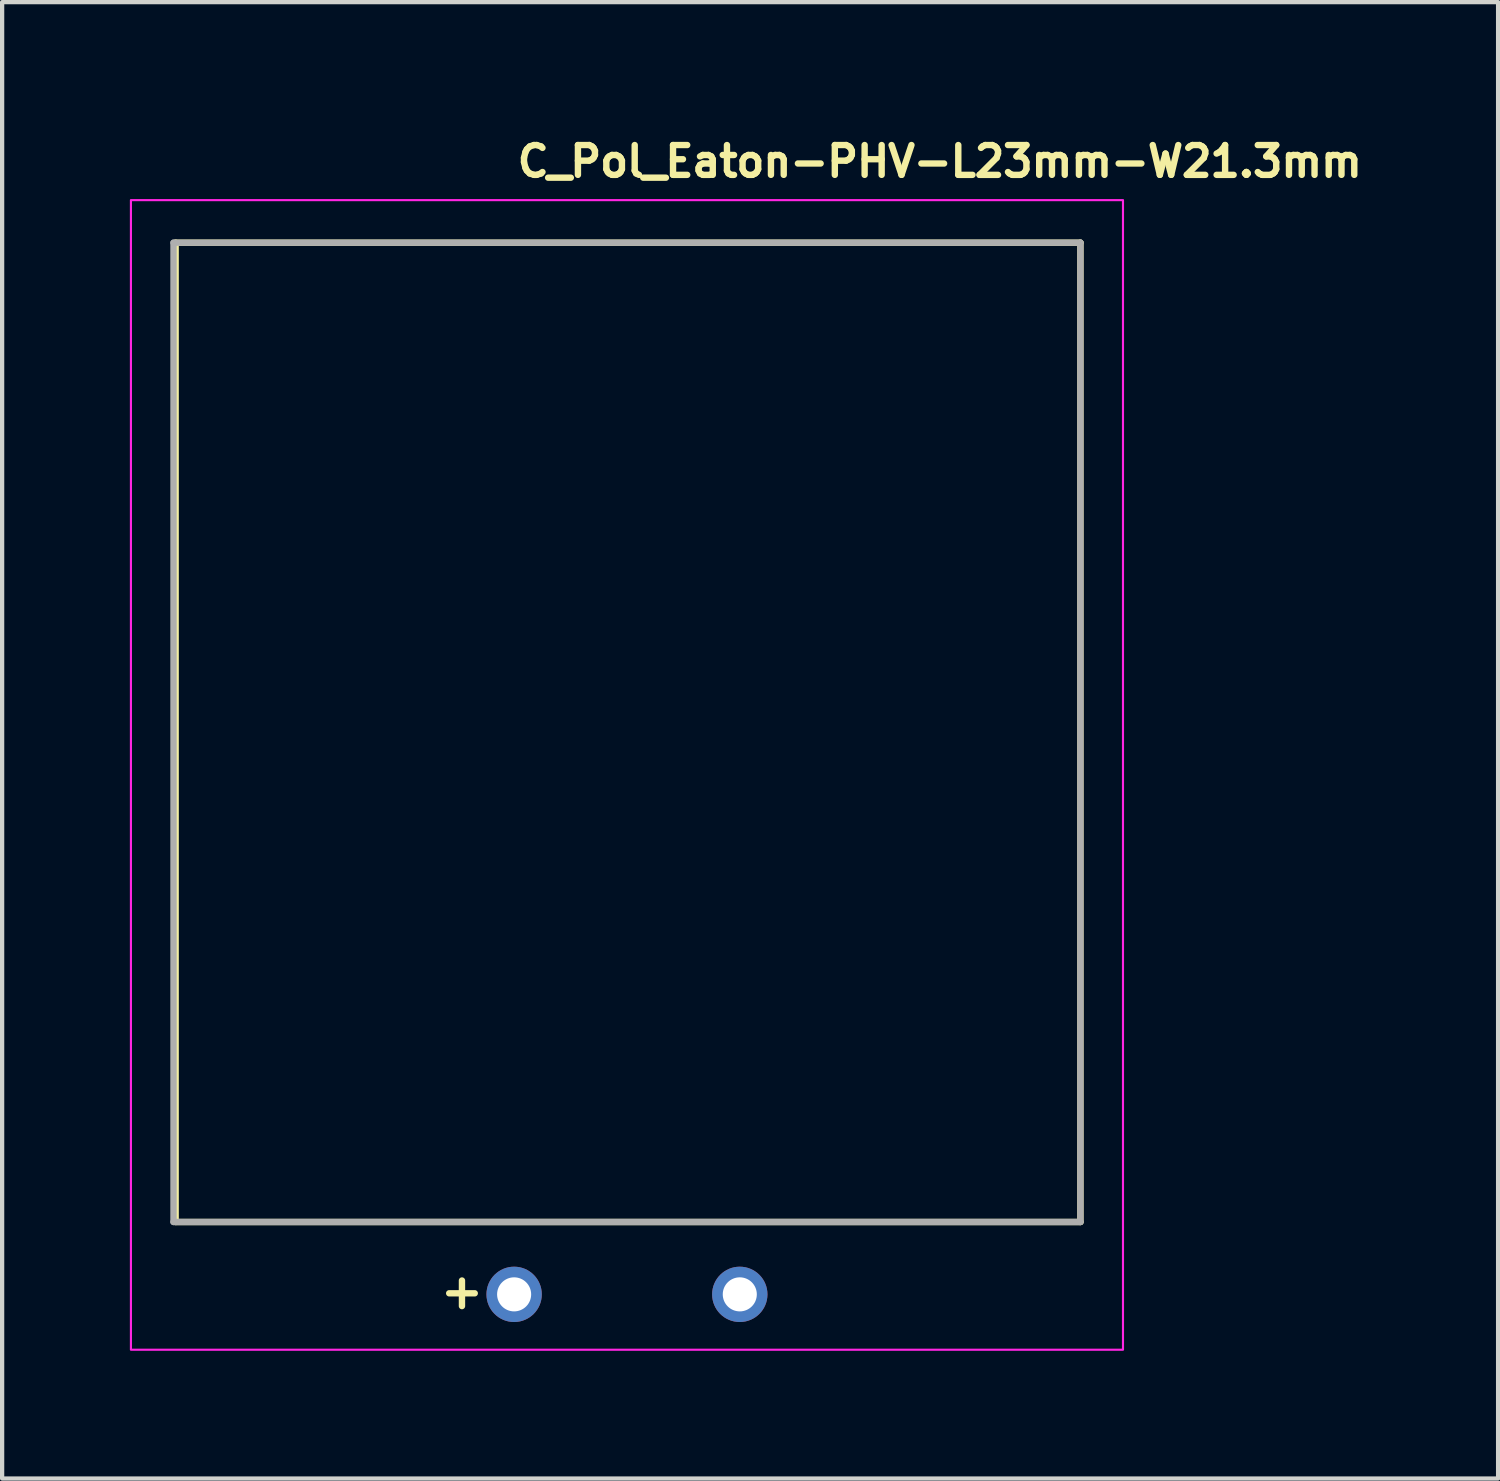
<source format=kicad_pcb>
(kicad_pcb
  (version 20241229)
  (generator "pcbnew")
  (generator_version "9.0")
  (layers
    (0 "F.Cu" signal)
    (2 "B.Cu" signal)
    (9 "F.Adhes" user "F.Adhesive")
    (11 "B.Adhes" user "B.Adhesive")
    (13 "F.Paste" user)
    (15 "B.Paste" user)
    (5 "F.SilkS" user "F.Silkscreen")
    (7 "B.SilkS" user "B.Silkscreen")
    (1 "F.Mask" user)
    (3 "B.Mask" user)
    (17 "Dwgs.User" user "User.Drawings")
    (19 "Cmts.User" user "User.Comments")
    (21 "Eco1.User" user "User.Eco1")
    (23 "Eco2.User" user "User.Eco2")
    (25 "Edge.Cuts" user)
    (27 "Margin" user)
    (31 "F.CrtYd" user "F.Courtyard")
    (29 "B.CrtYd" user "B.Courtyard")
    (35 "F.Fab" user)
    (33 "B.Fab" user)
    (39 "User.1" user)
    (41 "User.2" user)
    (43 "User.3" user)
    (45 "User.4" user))
  (footprint "C_Pol_Eaton-PHV-L23mm-W21.3mm"
    (layer "F.Cu")
    (at 9.025 27.35)
    (property "Reference" "C_Pol_Eaton-PHV-L23mm-W21.3mm" (at 0 -26.2 0) (layer "F.SilkS") (effects (font (size 0.7 0.7) (thickness 0.15)) (justify left bottom)))
    (attr through_hole)
    (fp_line (start -7.95 -24.7) (end 13.3 -24.7) (stroke (width 0.15) (type solid)) (layer "F.SilkS"))
    (fp_line (start -7.95 -1.7) (end -7.95 -24.7) (stroke (width 0.15) (type solid)) (layer "F.SilkS"))
    (fp_line (start -1.225 -0.325) (end -1.225 0.275) (stroke (width 0.15) (type solid)) (layer "F.SilkS"))
    (fp_line (start -0.925 -0.025) (end -1.525 -0.025) (stroke (width 0.15) (type solid)) (layer "F.SilkS"))
    (fp_line (start 13.3 -24.7) (end 13.3 -1.7) (stroke (width 0.15) (type solid)) (layer "F.SilkS"))
    (fp_line (start 13.3 -1.7) (end -7.95 -1.7) (stroke (width 0.15) (type solid)) (layer "F.SilkS"))
    (fp_rect (start -9 -25.7) (end 14.3 1.3) (stroke (width 0.05) (type solid)) (fill no) (layer "F.CrtYd"))
    (fp_line (start -8 -24.7) (end 13.3 -24.7) (stroke (width 0.15) (type solid)) (layer "F.Fab"))
    (fp_line (start -8 -1.7) (end -8 -24.7) (stroke (width 0.15) (type solid)) (layer "F.Fab"))
    (fp_line (start 13.3 -24.7) (end 13.3 -1.7) (stroke (width 0.15) (type solid)) (layer "F.Fab"))
    (fp_line (start 13.3 -1.7) (end -8 -1.7) (stroke (width 0.15) (type solid)) (layer "F.Fab"))
    (fp_rect (start -8 -24.7) (end 13.3 0.3) (stroke (width 0.1) (type solid)) (fill no) (layer "User.5"))
    (fp_line (start -8 -24.7) (end 13.3 -24.7) (stroke (width 0.02) (type solid)) (layer "User.9"))
    (fp_line (start -8 -1.7) (end -8 -24.7) (stroke (width 0.02) (type solid)) (layer "User.9"))
    (fp_line (start -0.299 -0.015) (end -0.299 0) (stroke (width 0.02) (type solid)) (layer "User.9"))
    (fp_line (start -0.299 0) (end -0.299 0) (stroke (width 0.02) (type solid)) (layer "User.9"))
    (fp_line (start -0.299 0) (end -0.299 0.015) (stroke (width 0.02) (type solid)) (layer "User.9"))
    (fp_line (start -0.299 0.015) (end -0.298 0.03) (stroke (width 0.02) (type solid)) (layer "User.9"))
    (fp_line (start -0.298 -0.03) (end -0.299 -0.015) (stroke (width 0.02) (type solid)) (layer "User.9"))
    (fp_line (start -0.298 0.03) (end -0.296 0.045) (stroke (width 0.02) (type solid)) (layer "User.9"))
    (fp_line (start -0.296 -0.045) (end -0.298 -0.03) (stroke (width 0.02) (type solid)) (layer "User.9"))
    (fp_line (start -0.296 0.045) (end -0.293 0.06) (stroke (width 0.02) (type solid)) (layer "User.9"))
    (fp_line (start -0.293 -0.06) (end -0.296 -0.045) (stroke (width 0.02) (type solid)) (layer "User.9"))
    (fp_line (start -0.293 0.06) (end -0.29 0.074) (stroke (width 0.02) (type solid)) (layer "User.9"))
    (fp_line (start -0.29 -0.074) (end -0.293 -0.06) (stroke (width 0.02) (type solid)) (layer "User.9"))
    (fp_line (start -0.29 0.074) (end -0.286 0.089) (stroke (width 0.02) (type solid)) (layer "User.9"))
    (fp_line (start -0.286 -0.089) (end -0.29 -0.074) (stroke (width 0.02) (type solid)) (layer "User.9"))
    (fp_line (start -0.286 0.089) (end -0.281 0.103) (stroke (width 0.02) (type solid)) (layer "User.9"))
    (fp_line (start -0.281 -0.103) (end -0.286 -0.089) (stroke (width 0.02) (type solid)) (layer "User.9"))
    (fp_line (start -0.281 0.103) (end -0.276 0.116) (stroke (width 0.02) (type solid)) (layer "User.9"))
    (fp_line (start -0.276 -0.116) (end -0.281 -0.103) (stroke (width 0.02) (type solid)) (layer "User.9"))
    (fp_line (start -0.276 0.116) (end -0.27 0.13) (stroke (width 0.02) (type solid)) (layer "User.9"))
    (fp_line (start -0.27 -0.13) (end -0.276 -0.116) (stroke (width 0.02) (type solid)) (layer "User.9"))
    (fp_line (start -0.27 0.13) (end -0.262 0.142) (stroke (width 0.02) (type solid)) (layer "User.9"))
    (fp_line (start -0.262 -0.142) (end -0.27 -0.13) (stroke (width 0.02) (type solid)) (layer "User.9"))
    (fp_line (start -0.262 0.142) (end -0.256 0.155) (stroke (width 0.02) (type solid)) (layer "User.9"))
    (fp_line (start -0.256 -0.155) (end -0.262 -0.142) (stroke (width 0.02) (type solid)) (layer "User.9"))
    (fp_line (start -0.256 0.155) (end -0.248 0.167) (stroke (width 0.02) (type solid)) (layer "User.9"))
    (fp_line (start -0.248 -0.167) (end -0.256 -0.155) (stroke (width 0.02) (type solid)) (layer "User.9"))
    (fp_line (start -0.248 0.167) (end -0.24 0.179) (stroke (width 0.02) (type solid)) (layer "User.9"))
    (fp_line (start -0.24 -0.179) (end -0.248 -0.167) (stroke (width 0.02) (type solid)) (layer "User.9"))
    (fp_line (start -0.24 0.179) (end -0.23 0.19) (stroke (width 0.02) (type solid)) (layer "User.9"))
    (fp_line (start -0.23 -0.19) (end -0.24 -0.179) (stroke (width 0.02) (type solid)) (layer "User.9"))
    (fp_line (start -0.23 0.19) (end -0.222 0.201) (stroke (width 0.02) (type solid)) (layer "User.9"))
    (fp_line (start -0.222 -0.201) (end -0.23 -0.19) (stroke (width 0.02) (type solid)) (layer "User.9"))
    (fp_line (start -0.222 0.201) (end -0.212 0.212) (stroke (width 0.02) (type solid)) (layer "User.9"))
    (fp_line (start -0.212 -0.212) (end -0.222 -0.201) (stroke (width 0.02) (type solid)) (layer "User.9"))
    (fp_line (start -0.212 0.212) (end -0.201 0.222) (stroke (width 0.02) (type solid)) (layer "User.9"))
    (fp_line (start -0.201 -0.222) (end -0.212 -0.212) (stroke (width 0.02) (type solid)) (layer "User.9"))
    (fp_line (start -0.201 0.222) (end -0.19 0.231) (stroke (width 0.02) (type solid)) (layer "User.9"))
    (fp_line (start -0.19 -0.231) (end -0.201 -0.222) (stroke (width 0.02) (type solid)) (layer "User.9"))
    (fp_line (start -0.19 0.231) (end -0.179 0.24) (stroke (width 0.02) (type solid)) (layer "User.9"))
    (fp_line (start -0.179 -0.24) (end -0.19 -0.231) (stroke (width 0.02) (type solid)) (layer "User.9"))
    (fp_line (start -0.179 0.24) (end -0.167 0.248) (stroke (width 0.02) (type solid)) (layer "User.9"))
    (fp_line (start -0.167 -0.248) (end -0.179 -0.24) (stroke (width 0.02) (type solid)) (layer "User.9"))
    (fp_line (start -0.167 0.248) (end -0.155 0.256) (stroke (width 0.02) (type solid)) (layer "User.9"))
    (fp_line (start -0.155 -0.256) (end -0.167 -0.248) (stroke (width 0.02) (type solid)) (layer "User.9"))
    (fp_line (start -0.155 0.256) (end -0.142 0.263) (stroke (width 0.02) (type solid)) (layer "User.9"))
    (fp_line (start -0.142 -0.263) (end -0.155 -0.256) (stroke (width 0.02) (type solid)) (layer "User.9"))
    (fp_line (start -0.142 0.263) (end -0.129 0.27) (stroke (width 0.02) (type solid)) (layer "User.9"))
    (fp_line (start -0.129 -0.27) (end -0.142 -0.263) (stroke (width 0.02) (type solid)) (layer "User.9"))
    (fp_line (start -0.129 0.27) (end -0.116 0.276) (stroke (width 0.02) (type solid)) (layer "User.9"))
    (fp_line (start -0.116 -0.276) (end -0.129 -0.27) (stroke (width 0.02) (type solid)) (layer "User.9"))
    (fp_line (start -0.116 0.276) (end -0.103 0.281) (stroke (width 0.02) (type solid)) (layer "User.9"))
    (fp_line (start -0.103 -0.281) (end -0.116 -0.276) (stroke (width 0.02) (type solid)) (layer "User.9"))
    (fp_line (start -0.103 0.281) (end -0.089 0.286) (stroke (width 0.02) (type solid)) (layer "User.9"))
    (fp_line (start -0.089 -0.286) (end -0.103 -0.281) (stroke (width 0.02) (type solid)) (layer "User.9"))
    (fp_line (start -0.089 0.286) (end -0.074 0.29) (stroke (width 0.02) (type solid)) (layer "User.9"))
    (fp_line (start -0.074 -0.29) (end -0.089 -0.286) (stroke (width 0.02) (type solid)) (layer "User.9"))
    (fp_line (start -0.074 0.29) (end -0.06 0.293) (stroke (width 0.02) (type solid)) (layer "User.9"))
    (fp_line (start -0.06 -0.293) (end -0.074 -0.29) (stroke (width 0.02) (type solid)) (layer "User.9"))
    (fp_line (start -0.06 0.293) (end -0.044 0.296) (stroke (width 0.02) (type solid)) (layer "User.9"))
    (fp_line (start -0.044 -0.296) (end -0.06 -0.293) (stroke (width 0.02) (type solid)) (layer "User.9"))
    (fp_line (start -0.044 0.296) (end -0.03 0.298) (stroke (width 0.02) (type solid)) (layer "User.9"))
    (fp_line (start -0.03 -0.298) (end -0.044 -0.296) (stroke (width 0.02) (type solid)) (layer "User.9"))
    (fp_line (start -0.03 0.298) (end -0.015 0.299) (stroke (width 0.02) (type solid)) (layer "User.9"))
    (fp_line (start -0.015 -0.299) (end -0.03 -0.298) (stroke (width 0.02) (type solid)) (layer "User.9"))
    (fp_line (start -0.015 0.299) (end 0 0.3) (stroke (width 0.02) (type solid)) (layer "User.9"))
    (fp_line (start 0 -0.3) (end -0.015 -0.299) (stroke (width 0.02) (type solid)) (layer "User.9"))
    (fp_line (start 0 -0.3) (end 0 -0.3) (stroke (width 0.02) (type solid)) (layer "User.9"))
    (fp_line (start 0 0.3) (end 0 0.3) (stroke (width 0.02) (type solid)) (layer "User.9"))
    (fp_line (start 0 0.3) (end 0.016 0.299) (stroke (width 0.02) (type solid)) (layer "User.9"))
    (fp_line (start 0.016 -0.299) (end 0 -0.3) (stroke (width 0.02) (type solid)) (layer "User.9"))
    (fp_line (start 0.016 0.299) (end 0.03 0.298) (stroke (width 0.02) (type solid)) (layer "User.9"))
    (fp_line (start 0.03 -0.298) (end 0.016 -0.299) (stroke (width 0.02) (type solid)) (layer "User.9"))
    (fp_line (start 0.03 0.298) (end 0.045 0.296) (stroke (width 0.02) (type solid)) (layer "User.9"))
    (fp_line (start 0.045 -0.296) (end 0.03 -0.298) (stroke (width 0.02) (type solid)) (layer "User.9"))
    (fp_line (start 0.045 0.296) (end 0.06 0.293) (stroke (width 0.02) (type solid)) (layer "User.9"))
    (fp_line (start 0.06 -0.293) (end 0.045 -0.296) (stroke (width 0.02) (type solid)) (layer "User.9"))
    (fp_line (start 0.06 0.293) (end 0.074 0.29) (stroke (width 0.02) (type solid)) (layer "User.9"))
    (fp_line (start 0.074 -0.29) (end 0.06 -0.293) (stroke (width 0.02) (type solid)) (layer "User.9"))
    (fp_line (start 0.074 0.29) (end 0.089 0.286) (stroke (width 0.02) (type solid)) (layer "User.9"))
    (fp_line (start 0.089 -0.286) (end 0.074 -0.29) (stroke (width 0.02) (type solid)) (layer "User.9"))
    (fp_line (start 0.089 0.286) (end 0.104 0.281) (stroke (width 0.02) (type solid)) (layer "User.9"))
    (fp_line (start 0.104 -0.281) (end 0.089 -0.286) (stroke (width 0.02) (type solid)) (layer "User.9"))
    (fp_line (start 0.104 0.281) (end 0.116 0.276) (stroke (width 0.02) (type solid)) (layer "User.9"))
    (fp_line (start 0.116 -0.276) (end 0.104 -0.281) (stroke (width 0.02) (type solid)) (layer "User.9"))
    (fp_line (start 0.116 0.276) (end 0.13 0.27) (stroke (width 0.02) (type solid)) (layer "User.9"))
    (fp_line (start 0.13 -0.27) (end 0.116 -0.276) (stroke (width 0.02) (type solid)) (layer "User.9"))
    (fp_line (start 0.13 0.27) (end 0.142 0.263) (stroke (width 0.02) (type solid)) (layer "User.9"))
    (fp_line (start 0.142 -0.263) (end 0.13 -0.27) (stroke (width 0.02) (type solid)) (layer "User.9"))
    (fp_line (start 0.142 0.263) (end 0.155 0.256) (stroke (width 0.02) (type solid)) (layer "User.9"))
    (fp_line (start 0.155 -0.256) (end 0.142 -0.263) (stroke (width 0.02) (type solid)) (layer "User.9"))
    (fp_line (start 0.155 0.256) (end 0.168 0.248) (stroke (width 0.02) (type solid)) (layer "User.9"))
    (fp_line (start 0.168 -0.248) (end 0.155 -0.256) (stroke (width 0.02) (type solid)) (layer "User.9"))
    (fp_line (start 0.168 0.248) (end 0.179 0.24) (stroke (width 0.02) (type solid)) (layer "User.9"))
    (fp_line (start 0.179 -0.24) (end 0.168 -0.248) (stroke (width 0.02) (type solid)) (layer "User.9"))
    (fp_line (start 0.179 0.24) (end 0.19 0.231) (stroke (width 0.02) (type solid)) (layer "User.9"))
    (fp_line (start 0.19 -0.231) (end 0.179 -0.24) (stroke (width 0.02) (type solid)) (layer "User.9"))
    (fp_line (start 0.19 0.231) (end 0.201 0.222) (stroke (width 0.02) (type solid)) (layer "User.9"))
    (fp_line (start 0.201 -0.222) (end 0.19 -0.231) (stroke (width 0.02) (type solid)) (layer "User.9"))
    (fp_line (start 0.201 0.222) (end 0.213 0.212) (stroke (width 0.02) (type solid)) (layer "User.9"))
    (fp_line (start 0.213 -0.212) (end 0.201 -0.222) (stroke (width 0.02) (type solid)) (layer "User.9"))
    (fp_line (start 0.213 0.212) (end 0.222 0.201) (stroke (width 0.02) (type solid)) (layer "User.9"))
    (fp_line (start 0.222 -0.201) (end 0.213 -0.212) (stroke (width 0.02) (type solid)) (layer "User.9"))
    (fp_line (start 0.222 0.201) (end 0.231 0.19) (stroke (width 0.02) (type solid)) (layer "User.9"))
    (fp_line (start 0.231 -0.19) (end 0.222 -0.201) (stroke (width 0.02) (type solid)) (layer "User.9"))
    (fp_line (start 0.231 0.19) (end 0.24 0.179) (stroke (width 0.02) (type solid)) (layer "User.9"))
    (fp_line (start 0.24 -0.179) (end 0.231 -0.19) (stroke (width 0.02) (type solid)) (layer "User.9"))
    (fp_line (start 0.24 0.179) (end 0.248 0.167) (stroke (width 0.02) (type solid)) (layer "User.9"))
    (fp_line (start 0.248 -0.167) (end 0.24 -0.179) (stroke (width 0.02) (type solid)) (layer "User.9"))
    (fp_line (start 0.248 0.167) (end 0.256 0.155) (stroke (width 0.02) (type solid)) (layer "User.9"))
    (fp_line (start 0.256 -0.155) (end 0.248 -0.167) (stroke (width 0.02) (type solid)) (layer "User.9"))
    (fp_line (start 0.256 0.155) (end 0.263 0.142) (stroke (width 0.02) (type solid)) (layer "User.9"))
    (fp_line (start 0.263 -0.142) (end 0.256 -0.155) (stroke (width 0.02) (type solid)) (layer "User.9"))
    (fp_line (start 0.263 0.142) (end 0.27 0.13) (stroke (width 0.02) (type solid)) (layer "User.9"))
    (fp_line (start 0.27 -0.13) (end 0.263 -0.142) (stroke (width 0.02) (type solid)) (layer "User.9"))
    (fp_line (start 0.27 0.13) (end 0.277 0.116) (stroke (width 0.02) (type solid)) (layer "User.9"))
    (fp_line (start 0.277 -0.116) (end 0.27 -0.13) (stroke (width 0.02) (type solid)) (layer "User.9"))
    (fp_line (start 0.277 0.116) (end 0.282 0.103) (stroke (width 0.02) (type solid)) (layer "User.9"))
    (fp_line (start 0.282 -0.103) (end 0.277 -0.116) (stroke (width 0.02) (type solid)) (layer "User.9"))
    (fp_line (start 0.282 0.103) (end 0.286 0.089) (stroke (width 0.02) (type solid)) (layer "User.9"))
    (fp_line (start 0.286 -0.089) (end 0.282 -0.103) (stroke (width 0.02) (type solid)) (layer "User.9"))
    (fp_line (start 0.286 0.089) (end 0.29 0.074) (stroke (width 0.02) (type solid)) (layer "User.9"))
    (fp_line (start 0.29 -0.074) (end 0.286 -0.089) (stroke (width 0.02) (type solid)) (layer "User.9"))
    (fp_line (start 0.29 0.074) (end 0.293 0.06) (stroke (width 0.02) (type solid)) (layer "User.9"))
    (fp_line (start 0.293 -0.06) (end 0.29 -0.074) (stroke (width 0.02) (type solid)) (layer "User.9"))
    (fp_line (start 0.293 0.06) (end 0.296 0.045) (stroke (width 0.02) (type solid)) (layer "User.9"))
    (fp_line (start 0.296 -0.045) (end 0.293 -0.06) (stroke (width 0.02) (type solid)) (layer "User.9"))
    (fp_line (start 0.296 0.045) (end 0.298 0.03) (stroke (width 0.02) (type solid)) (layer "User.9"))
    (fp_line (start 0.298 -0.03) (end 0.296 -0.045) (stroke (width 0.02) (type solid)) (layer "User.9"))
    (fp_line (start 0.298 0.03) (end 0.299 0.015) (stroke (width 0.02) (type solid)) (layer "User.9"))
    (fp_line (start 0.299 -0.015) (end 0.298 -0.03) (stroke (width 0.02) (type solid)) (layer "User.9"))
    (fp_line (start 0.299 0) (end 0.299 -0.015) (stroke (width 0.02) (type solid)) (layer "User.9"))
    (fp_line (start 0.299 0) (end 0.299 0) (stroke (width 0.02) (type solid)) (layer "User.9"))
    (fp_line (start 0.299 0) (end 0.299 0) (stroke (width 0.02) (type solid)) (layer "User.9"))
    (fp_line (start 0.299 0.015) (end 0.299 0) (stroke (width 0.02) (type solid)) (layer "User.9"))
    (fp_line (start 5 -0.015) (end 5 0) (stroke (width 0.02) (type solid)) (layer "User.9"))
    (fp_line (start 5 0) (end 5 0) (stroke (width 0.02) (type solid)) (layer "User.9"))
    (fp_line (start 5 0) (end 5 0.015) (stroke (width 0.02) (type solid)) (layer "User.9"))
    (fp_line (start 5 0.015) (end 5.002 0.03) (stroke (width 0.02) (type solid)) (layer "User.9"))
    (fp_line (start 5.002 -0.03) (end 5 -0.015) (stroke (width 0.02) (type solid)) (layer "User.9"))
    (fp_line (start 5.002 0.03) (end 5.003 0.045) (stroke (width 0.02) (type solid)) (layer "User.9"))
    (fp_line (start 5.003 -0.045) (end 5.002 -0.03) (stroke (width 0.02) (type solid)) (layer "User.9"))
    (fp_line (start 5.003 0.045) (end 5.007 0.06) (stroke (width 0.02) (type solid)) (layer "User.9"))
    (fp_line (start 5.007 -0.06) (end 5.003 -0.045) (stroke (width 0.02) (type solid)) (layer "User.9"))
    (fp_line (start 5.007 0.06) (end 5.01 0.074) (stroke (width 0.02) (type solid)) (layer "User.9"))
    (fp_line (start 5.01 -0.074) (end 5.007 -0.06) (stroke (width 0.02) (type solid)) (layer "User.9"))
    (fp_line (start 5.01 0.074) (end 5.013 0.089) (stroke (width 0.02) (type solid)) (layer "User.9"))
    (fp_line (start 5.013 -0.089) (end 5.01 -0.074) (stroke (width 0.02) (type solid)) (layer "User.9"))
    (fp_line (start 5.013 0.089) (end 5.019 0.103) (stroke (width 0.02) (type solid)) (layer "User.9"))
    (fp_line (start 5.019 -0.103) (end 5.013 -0.089) (stroke (width 0.02) (type solid)) (layer "User.9"))
    (fp_line (start 5.019 0.103) (end 5.024 0.116) (stroke (width 0.02) (type solid)) (layer "User.9"))
    (fp_line (start 5.024 -0.116) (end 5.019 -0.103) (stroke (width 0.02) (type solid)) (layer "User.9"))
    (fp_line (start 5.024 0.116) (end 5.029 0.13) (stroke (width 0.02) (type solid)) (layer "User.9"))
    (fp_line (start 5.029 -0.13) (end 5.024 -0.116) (stroke (width 0.02) (type solid)) (layer "User.9"))
    (fp_line (start 5.029 0.13) (end 5.037 0.142) (stroke (width 0.02) (type solid)) (layer "User.9"))
    (fp_line (start 5.037 -0.142) (end 5.029 -0.13) (stroke (width 0.02) (type solid)) (layer "User.9"))
    (fp_line (start 5.037 0.142) (end 5.043 0.155) (stroke (width 0.02) (type solid)) (layer "User.9"))
    (fp_line (start 5.043 -0.155) (end 5.037 -0.142) (stroke (width 0.02) (type solid)) (layer "User.9"))
    (fp_line (start 5.043 0.155) (end 5.051 0.167) (stroke (width 0.02) (type solid)) (layer "User.9"))
    (fp_line (start 5.051 -0.167) (end 5.043 -0.155) (stroke (width 0.02) (type solid)) (layer "User.9"))
    (fp_line (start 5.051 0.167) (end 5.059 0.179) (stroke (width 0.02) (type solid)) (layer "User.9"))
    (fp_line (start 5.059 -0.179) (end 5.051 -0.167) (stroke (width 0.02) (type solid)) (layer "User.9"))
    (fp_line (start 5.059 0.179) (end 5.069 0.19) (stroke (width 0.02) (type solid)) (layer "User.9"))
    (fp_line (start 5.069 -0.19) (end 5.059 -0.179) (stroke (width 0.02) (type solid)) (layer "User.9"))
    (fp_line (start 5.069 0.19) (end 5.077 0.201) (stroke (width 0.02) (type solid)) (layer "User.9"))
    (fp_line (start 5.077 -0.201) (end 5.069 -0.19) (stroke (width 0.02) (type solid)) (layer "User.9"))
    (fp_line (start 5.077 0.201) (end 5.088 0.212) (stroke (width 0.02) (type solid)) (layer "User.9"))
    (fp_line (start 5.088 -0.212) (end 5.077 -0.201) (stroke (width 0.02) (type solid)) (layer "User.9"))
    (fp_line (start 5.088 0.212) (end 5.099 0.222) (stroke (width 0.02) (type solid)) (layer "User.9"))
    (fp_line (start 5.099 -0.222) (end 5.088 -0.212) (stroke (width 0.02) (type solid)) (layer "User.9"))
    (fp_line (start 5.099 0.222) (end 5.109 0.231) (stroke (width 0.02) (type solid)) (layer "User.9"))
    (fp_line (start 5.109 -0.231) (end 5.099 -0.222) (stroke (width 0.02) (type solid)) (layer "User.9"))
    (fp_line (start 5.109 0.231) (end 5.12 0.24) (stroke (width 0.02) (type solid)) (layer "User.9"))
    (fp_line (start 5.12 -0.24) (end 5.109 -0.231) (stroke (width 0.02) (type solid)) (layer "User.9"))
    (fp_line (start 5.12 0.24) (end 5.133 0.248) (stroke (width 0.02) (type solid)) (layer "User.9"))
    (fp_line (start 5.133 -0.248) (end 5.12 -0.24) (stroke (width 0.02) (type solid)) (layer "User.9"))
    (fp_line (start 5.133 0.248) (end 5.144 0.256) (stroke (width 0.02) (type solid)) (layer "User.9"))
    (fp_line (start 5.144 -0.256) (end 5.133 -0.248) (stroke (width 0.02) (type solid)) (layer "User.9"))
    (fp_line (start 5.144 0.256) (end 5.157 0.263) (stroke (width 0.02) (type solid)) (layer "User.9"))
    (fp_line (start 5.157 -0.263) (end 5.144 -0.256) (stroke (width 0.02) (type solid)) (layer "User.9"))
    (fp_line (start 5.157 0.263) (end 5.17 0.27) (stroke (width 0.02) (type solid)) (layer "User.9"))
    (fp_line (start 5.17 -0.27) (end 5.157 -0.263) (stroke (width 0.02) (type solid)) (layer "User.9"))
    (fp_line (start 5.17 0.27) (end 5.184 0.276) (stroke (width 0.02) (type solid)) (layer "User.9"))
    (fp_line (start 5.184 -0.276) (end 5.17 -0.27) (stroke (width 0.02) (type solid)) (layer "User.9"))
    (fp_line (start 5.184 0.276) (end 5.197 0.281) (stroke (width 0.02) (type solid)) (layer "User.9"))
    (fp_line (start 5.197 -0.281) (end 5.184 -0.276) (stroke (width 0.02) (type solid)) (layer "User.9"))
    (fp_line (start 5.197 0.281) (end 5.21 0.286) (stroke (width 0.02) (type solid)) (layer "User.9"))
    (fp_line (start 5.21 -0.286) (end 5.197 -0.281) (stroke (width 0.02) (type solid)) (layer "User.9"))
    (fp_line (start 5.21 0.286) (end 5.226 0.29) (stroke (width 0.02) (type solid)) (layer "User.9"))
    (fp_line (start 5.226 -0.29) (end 5.21 -0.286) (stroke (width 0.02) (type solid)) (layer "User.9"))
    (fp_line (start 5.226 0.29) (end 5.24 0.293) (stroke (width 0.02) (type solid)) (layer "User.9"))
    (fp_line (start 5.24 -0.293) (end 5.226 -0.29) (stroke (width 0.02) (type solid)) (layer "User.9"))
    (fp_line (start 5.24 0.293) (end 5.255 0.296) (stroke (width 0.02) (type solid)) (layer "User.9"))
    (fp_line (start 5.255 -0.296) (end 5.24 -0.293) (stroke (width 0.02) (type solid)) (layer "User.9"))
    (fp_line (start 5.255 0.296) (end 5.269 0.298) (stroke (width 0.02) (type solid)) (layer "User.9"))
    (fp_line (start 5.269 -0.298) (end 5.255 -0.296) (stroke (width 0.02) (type solid)) (layer "User.9"))
    (fp_line (start 5.269 0.298) (end 5.285 0.299) (stroke (width 0.02) (type solid)) (layer "User.9"))
    (fp_line (start 5.285 -0.299) (end 5.269 -0.298) (stroke (width 0.02) (type solid)) (layer "User.9"))
    (fp_line (start 5.285 0.299) (end 5.3 0.3) (stroke (width 0.02) (type solid)) (layer "User.9"))
    (fp_line (start 5.3 -0.3) (end 5.285 -0.299) (stroke (width 0.02) (type solid)) (layer "User.9"))
    (fp_line (start 5.3 -0.3) (end 5.3 -0.3) (stroke (width 0.02) (type solid)) (layer "User.9"))
    (fp_line (start 5.3 0.3) (end 5.3 0.3) (stroke (width 0.02) (type solid)) (layer "User.9"))
    (fp_line (start 5.3 0.3) (end 5.314 0.299) (stroke (width 0.02) (type solid)) (layer "User.9"))
    (fp_line (start 5.314 -0.299) (end 5.3 -0.3) (stroke (width 0.02) (type solid)) (layer "User.9"))
    (fp_line (start 5.314 0.299) (end 5.33 0.298) (stroke (width 0.02) (type solid)) (layer "User.9"))
    (fp_line (start 5.33 -0.298) (end 5.314 -0.299) (stroke (width 0.02) (type solid)) (layer "User.9"))
    (fp_line (start 5.33 0.298) (end 5.345 0.296) (stroke (width 0.02) (type solid)) (layer "User.9"))
    (fp_line (start 5.345 -0.296) (end 5.33 -0.298) (stroke (width 0.02) (type solid)) (layer "User.9"))
    (fp_line (start 5.345 0.296) (end 5.359 0.293) (stroke (width 0.02) (type solid)) (layer "User.9"))
    (fp_line (start 5.359 -0.293) (end 5.345 -0.296) (stroke (width 0.02) (type solid)) (layer "User.9"))
    (fp_line (start 5.359 0.293) (end 5.374 0.29) (stroke (width 0.02) (type solid)) (layer "User.9"))
    (fp_line (start 5.374 -0.29) (end 5.359 -0.293) (stroke (width 0.02) (type solid)) (layer "User.9"))
    (fp_line (start 5.374 0.29) (end 5.389 0.286) (stroke (width 0.02) (type solid)) (layer "User.9"))
    (fp_line (start 5.389 -0.286) (end 5.374 -0.29) (stroke (width 0.02) (type solid)) (layer "User.9"))
    (fp_line (start 5.389 0.286) (end 5.402 0.281) (stroke (width 0.02) (type solid)) (layer "User.9"))
    (fp_line (start 5.402 -0.281) (end 5.389 -0.286) (stroke (width 0.02) (type solid)) (layer "User.9"))
    (fp_line (start 5.402 0.281) (end 5.415 0.276) (stroke (width 0.02) (type solid)) (layer "User.9"))
    (fp_line (start 5.415 -0.276) (end 5.402 -0.281) (stroke (width 0.02) (type solid)) (layer "User.9"))
    (fp_line (start 5.415 0.276) (end 5.43 0.27) (stroke (width 0.02) (type solid)) (layer "User.9"))
    (fp_line (start 5.43 -0.27) (end 5.415 -0.276) (stroke (width 0.02) (type solid)) (layer "User.9"))
    (fp_line (start 5.43 0.27) (end 5.442 0.263) (stroke (width 0.02) (type solid)) (layer "User.9"))
    (fp_line (start 5.442 -0.263) (end 5.43 -0.27) (stroke (width 0.02) (type solid)) (layer "User.9"))
    (fp_line (start 5.442 0.263) (end 5.455 0.256) (stroke (width 0.02) (type solid)) (layer "User.9"))
    (fp_line (start 5.455 -0.256) (end 5.442 -0.263) (stroke (width 0.02) (type solid)) (layer "User.9"))
    (fp_line (start 5.455 0.256) (end 5.466 0.248) (stroke (width 0.02) (type solid)) (layer "User.9"))
    (fp_line (start 5.466 -0.248) (end 5.455 -0.256) (stroke (width 0.02) (type solid)) (layer "User.9"))
    (fp_line (start 5.466 0.248) (end 5.479 0.24) (stroke (width 0.02) (type solid)) (layer "User.9"))
    (fp_line (start 5.479 -0.24) (end 5.466 -0.248) (stroke (width 0.02) (type solid)) (layer "User.9"))
    (fp_line (start 5.479 0.24) (end 5.49 0.231) (stroke (width 0.02) (type solid)) (layer "User.9"))
    (fp_line (start 5.49 -0.231) (end 5.479 -0.24) (stroke (width 0.02) (type solid)) (layer "User.9"))
    (fp_line (start 5.49 0.231) (end 5.5 0.222) (stroke (width 0.02) (type solid)) (layer "User.9"))
    (fp_line (start 5.5 -0.222) (end 5.49 -0.231) (stroke (width 0.02) (type solid)) (layer "User.9"))
    (fp_line (start 5.5 0.222) (end 5.511 0.212) (stroke (width 0.02) (type solid)) (layer "User.9"))
    (fp_line (start 5.511 -0.212) (end 5.5 -0.222) (stroke (width 0.02) (type solid)) (layer "User.9"))
    (fp_line (start 5.511 0.212) (end 5.522 0.201) (stroke (width 0.02) (type solid)) (layer "User.9"))
    (fp_line (start 5.522 -0.201) (end 5.511 -0.212) (stroke (width 0.02) (type solid)) (layer "User.9"))
    (fp_line (start 5.522 0.201) (end 5.531 0.19) (stroke (width 0.02) (type solid)) (layer "User.9"))
    (fp_line (start 5.531 -0.19) (end 5.522 -0.201) (stroke (width 0.02) (type solid)) (layer "User.9"))
    (fp_line (start 5.531 0.19) (end 5.54 0.179) (stroke (width 0.02) (type solid)) (layer "User.9"))
    (fp_line (start 5.54 -0.179) (end 5.531 -0.19) (stroke (width 0.02) (type solid)) (layer "User.9"))
    (fp_line (start 5.54 0.179) (end 5.548 0.167) (stroke (width 0.02) (type solid)) (layer "User.9"))
    (fp_line (start 5.548 -0.167) (end 5.54 -0.179) (stroke (width 0.02) (type solid)) (layer "User.9"))
    (fp_line (start 5.548 0.167) (end 5.556 0.155) (stroke (width 0.02) (type solid)) (layer "User.9"))
    (fp_line (start 5.556 -0.155) (end 5.548 -0.167) (stroke (width 0.02) (type solid)) (layer "User.9"))
    (fp_line (start 5.556 0.155) (end 5.563 0.142) (stroke (width 0.02) (type solid)) (layer "User.9"))
    (fp_line (start 5.563 -0.142) (end 5.556 -0.155) (stroke (width 0.02) (type solid)) (layer "User.9"))
    (fp_line (start 5.563 0.142) (end 5.57 0.13) (stroke (width 0.02) (type solid)) (layer "User.9"))
    (fp_line (start 5.57 -0.13) (end 5.563 -0.142) (stroke (width 0.02) (type solid)) (layer "User.9"))
    (fp_line (start 5.57 0.13) (end 5.575 0.116) (stroke (width 0.02) (type solid)) (layer "User.9"))
    (fp_line (start 5.575 -0.116) (end 5.57 -0.13) (stroke (width 0.02) (type solid)) (layer "User.9"))
    (fp_line (start 5.575 0.116) (end 5.58 0.103) (stroke (width 0.02) (type solid)) (layer "User.9"))
    (fp_line (start 5.58 -0.103) (end 5.575 -0.116) (stroke (width 0.02) (type solid)) (layer "User.9"))
    (fp_line (start 5.58 0.103) (end 5.586 0.089) (stroke (width 0.02) (type solid)) (layer "User.9"))
    (fp_line (start 5.586 -0.089) (end 5.58 -0.103) (stroke (width 0.02) (type solid)) (layer "User.9"))
    (fp_line (start 5.586 0.089) (end 5.59 0.074) (stroke (width 0.02) (type solid)) (layer "User.9"))
    (fp_line (start 5.59 -0.074) (end 5.586 -0.089) (stroke (width 0.02) (type solid)) (layer "User.9"))
    (fp_line (start 5.59 0.074) (end 5.593 0.06) (stroke (width 0.02) (type solid)) (layer "User.9"))
    (fp_line (start 5.593 -0.06) (end 5.59 -0.074) (stroke (width 0.02) (type solid)) (layer "User.9"))
    (fp_line (start 5.593 0.06) (end 5.596 0.045) (stroke (width 0.02) (type solid)) (layer "User.9"))
    (fp_line (start 5.596 -0.045) (end 5.593 -0.06) (stroke (width 0.02) (type solid)) (layer "User.9"))
    (fp_line (start 5.596 0.045) (end 5.598 0.03) (stroke (width 0.02) (type solid)) (layer "User.9"))
    (fp_line (start 5.598 -0.03) (end 5.596 -0.045) (stroke (width 0.02) (type solid)) (layer "User.9"))
    (fp_line (start 5.598 0.03) (end 5.599 0.015) (stroke (width 0.02) (type solid)) (layer "User.9"))
    (fp_line (start 5.599 -0.015) (end 5.598 -0.03) (stroke (width 0.02) (type solid)) (layer "User.9"))
    (fp_line (start 5.599 0) (end 5.599 -0.015) (stroke (width 0.02) (type solid)) (layer "User.9"))
    (fp_line (start 5.599 0) (end 5.599 0) (stroke (width 0.02) (type solid)) (layer "User.9"))
    (fp_line (start 5.599 0) (end 5.599 0) (stroke (width 0.02) (type solid)) (layer "User.9"))
    (fp_line (start 5.599 0.015) (end 5.599 0) (stroke (width 0.02) (type solid)) (layer "User.9"))
    (fp_line (start 13.3 -24.7) (end 13.3 -1.7) (stroke (width 0.02) (type solid)) (layer "User.9"))
    (fp_line (start 13.3 -1.7) (end -8 -1.7) (stroke (width 0.02) (type solid)) (layer "User.9"))
    (pad "1" thru_hole circle (at 0 0) (size 1.3 1.3) (drill 0.8) (layers "*.Cu" "*.Mask"))
    (pad "2" thru_hole oval (at 5.3 0) (size 1.3 1.3) (drill 0.8) (layers "*.Cu" "*.Mask")))
  (gr_rect
    (start -3 -3)
    (end 32.135 31.675)
    (stroke (width 0.1) (type default))
    (fill no)
    (layer "Edge.Cuts")))
</source>
